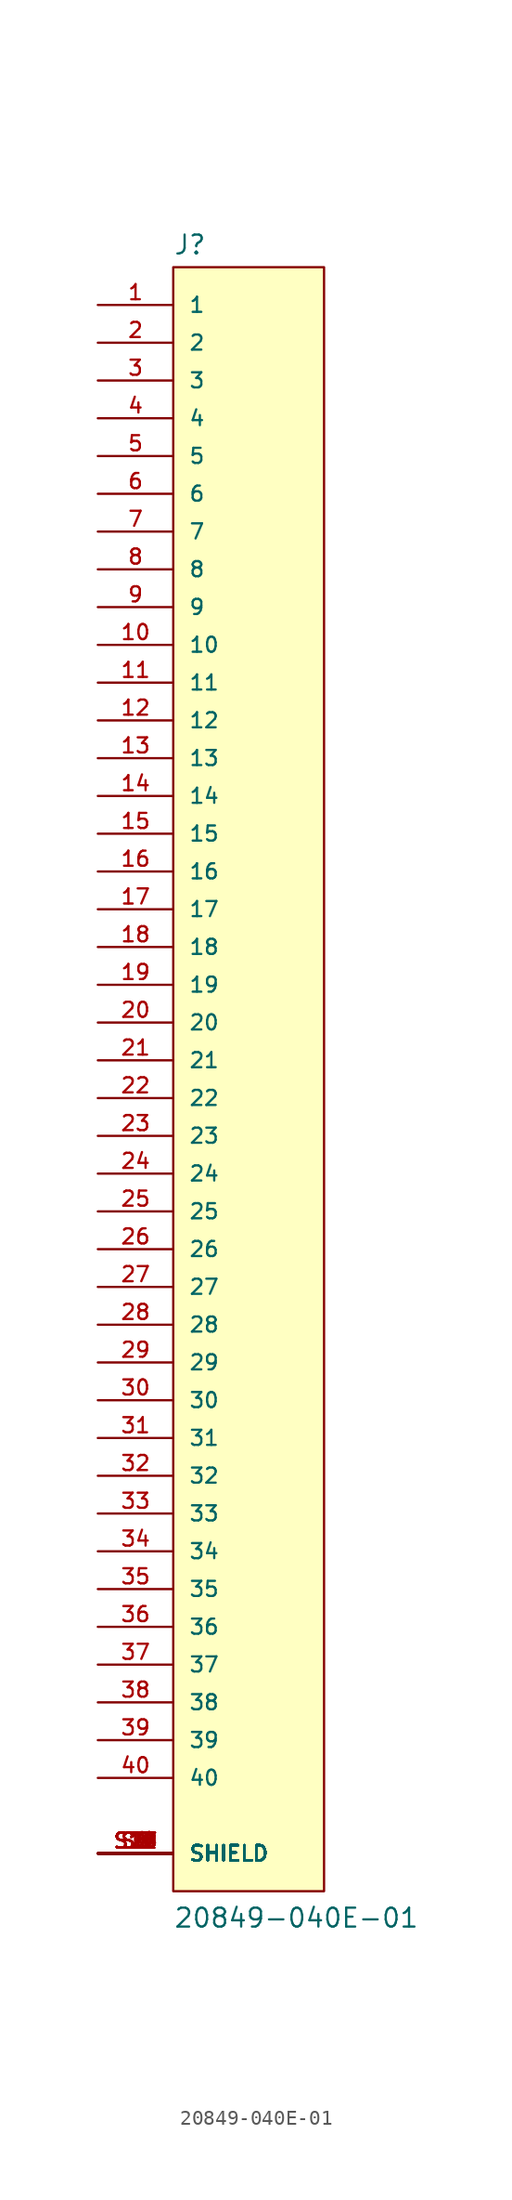
<source format=kicad_sym>
(kicad_symbol_lib
  (version 20211014)
  (generator kicad_symbol_editor)
  (symbol "20849-040E-01"
    (pin_names
      (offset 1.016))
    (property "Reference" "J"
      (at -5.08 54.102 0)
      (effects (font (size 1.27 1.27)) (justify left bottom)))
    (property "Value" "20849-040E-01"
      (at -5.08 -58.42 0)
      (effects (font (size 1.27 1.27)) (justify left bottom)))
    (property "ki_locked" ""
      (at 0 0 0)
      (effects (font (size 1.27 1.27))))
    (symbol "20849-040E-01_0_0"
      (rectangle (start -5.08 -55.88) (end 5.08 53.34) (stroke (width 0.152) (type default) (color 0 0 0 0)) (fill (type background)))
      (pin passive line (at -10.16 50.8 0) (length 5.08) (name "1" (effects (font (size 1.016 1.016)))) (number "1" (effects (font (size 1.016 1.016)))))
      (pin passive line (at -10.16 27.94 0) (length 5.08) (name "10" (effects (font (size 1.016 1.016)))) (number "10" (effects (font (size 1.016 1.016)))))
      (pin passive line (at -10.16 25.4 0) (length 5.08) (name "11" (effects (font (size 1.016 1.016)))) (number "11" (effects (font (size 1.016 1.016)))))
      (pin passive line (at -10.16 22.86 0) (length 5.08) (name "12" (effects (font (size 1.016 1.016)))) (number "12" (effects (font (size 1.016 1.016)))))
      (pin passive line (at -10.16 20.32 0) (length 5.08) (name "13" (effects (font (size 1.016 1.016)))) (number "13" (effects (font (size 1.016 1.016)))))
      (pin passive line (at -10.16 17.78 0) (length 5.08) (name "14" (effects (font (size 1.016 1.016)))) (number "14" (effects (font (size 1.016 1.016)))))
      (pin passive line (at -10.16 15.24 0) (length 5.08) (name "15" (effects (font (size 1.016 1.016)))) (number "15" (effects (font (size 1.016 1.016)))))
      (pin passive line (at -10.16 12.7 0) (length 5.08) (name "16" (effects (font (size 1.016 1.016)))) (number "16" (effects (font (size 1.016 1.016)))))
      (pin passive line (at -10.16 10.16 0) (length 5.08) (name "17" (effects (font (size 1.016 1.016)))) (number "17" (effects (font (size 1.016 1.016)))))
      (pin passive line (at -10.16 7.62 0) (length 5.08) (name "18" (effects (font (size 1.016 1.016)))) (number "18" (effects (font (size 1.016 1.016)))))
      (pin passive line (at -10.16 5.08 0) (length 5.08) (name "19" (effects (font (size 1.016 1.016)))) (number "19" (effects (font (size 1.016 1.016)))))
      (pin passive line (at -10.16 48.26 0) (length 5.08) (name "2" (effects (font (size 1.016 1.016)))) (number "2" (effects (font (size 1.016 1.016)))))
      (pin passive line (at -10.16 2.54 0) (length 5.08) (name "20" (effects (font (size 1.016 1.016)))) (number "20" (effects (font (size 1.016 1.016)))))
      (pin passive line (at -10.16 0 0) (length 5.08) (name "21" (effects (font (size 1.016 1.016)))) (number "21" (effects (font (size 1.016 1.016)))))
      (pin passive line (at -10.16 -2.54 0) (length 5.08) (name "22" (effects (font (size 1.016 1.016)))) (number "22" (effects (font (size 1.016 1.016)))))
      (pin passive line (at -10.16 -5.08 0) (length 5.08) (name "23" (effects (font (size 1.016 1.016)))) (number "23" (effects (font (size 1.016 1.016)))))
      (pin passive line (at -10.16 -7.62 0) (length 5.08) (name "24" (effects (font (size 1.016 1.016)))) (number "24" (effects (font (size 1.016 1.016)))))
      (pin passive line (at -10.16 -10.16 0) (length 5.08) (name "25" (effects (font (size 1.016 1.016)))) (number "25" (effects (font (size 1.016 1.016)))))
      (pin passive line (at -10.16 -12.7 0) (length 5.08) (name "26" (effects (font (size 1.016 1.016)))) (number "26" (effects (font (size 1.016 1.016)))))
      (pin passive line (at -10.16 -15.24 0) (length 5.08) (name "27" (effects (font (size 1.016 1.016)))) (number "27" (effects (font (size 1.016 1.016)))))
      (pin passive line (at -10.16 -17.78 0) (length 5.08) (name "28" (effects (font (size 1.016 1.016)))) (number "28" (effects (font (size 1.016 1.016)))))
      (pin passive line (at -10.16 -20.32 0) (length 5.08) (name "29" (effects (font (size 1.016 1.016)))) (number "29" (effects (font (size 1.016 1.016)))))
      (pin passive line (at -10.16 45.72 0) (length 5.08) (name "3" (effects (font (size 1.016 1.016)))) (number "3" (effects (font (size 1.016 1.016)))))
      (pin passive line (at -10.16 -22.86 0) (length 5.08) (name "30" (effects (font (size 1.016 1.016)))) (number "30" (effects (font (size 1.016 1.016)))))
      (pin passive line (at -10.16 -25.4 0) (length 5.08) (name "31" (effects (font (size 1.016 1.016)))) (number "31" (effects (font (size 1.016 1.016)))))
      (pin passive line (at -10.16 -27.94 0) (length 5.08) (name "32" (effects (font (size 1.016 1.016)))) (number "32" (effects (font (size 1.016 1.016)))))
      (pin passive line (at -10.16 -30.48 0) (length 5.08) (name "33" (effects (font (size 1.016 1.016)))) (number "33" (effects (font (size 1.016 1.016)))))
      (pin passive line (at -10.16 -33.02 0) (length 5.08) (name "34" (effects (font (size 1.016 1.016)))) (number "34" (effects (font (size 1.016 1.016)))))
      (pin passive line (at -10.16 -35.56 0) (length 5.08) (name "35" (effects (font (size 1.016 1.016)))) (number "35" (effects (font (size 1.016 1.016)))))
      (pin passive line (at -10.16 -38.1 0) (length 5.08) (name "36" (effects (font (size 1.016 1.016)))) (number "36" (effects (font (size 1.016 1.016)))))
      (pin passive line (at -10.16 -40.64 0) (length 5.08) (name "37" (effects (font (size 1.016 1.016)))) (number "37" (effects (font (size 1.016 1.016)))))
      (pin passive line (at -10.16 -43.18 0) (length 5.08) (name "38" (effects (font (size 1.016 1.016)))) (number "38" (effects (font (size 1.016 1.016)))))
      (pin passive line (at -10.16 -45.72 0) (length 5.08) (name "39" (effects (font (size 1.016 1.016)))) (number "39" (effects (font (size 1.016 1.016)))))
      (pin passive line (at -10.16 43.18 0) (length 5.08) (name "4" (effects (font (size 1.016 1.016)))) (number "4" (effects (font (size 1.016 1.016)))))
      (pin passive line (at -10.16 -48.26 0) (length 5.08) (name "40" (effects (font (size 1.016 1.016)))) (number "40" (effects (font (size 1.016 1.016)))))
      (pin passive line (at -10.16 40.64 0) (length 5.08) (name "5" (effects (font (size 1.016 1.016)))) (number "5" (effects (font (size 1.016 1.016)))))
      (pin passive line (at -10.16 38.1 0) (length 5.08) (name "6" (effects (font (size 1.016 1.016)))) (number "6" (effects (font (size 1.016 1.016)))))
      (pin passive line (at -10.16 35.56 0) (length 5.08) (name "7" (effects (font (size 1.016 1.016)))) (number "7" (effects (font (size 1.016 1.016)))))
      (pin passive line (at -10.16 33.02 0) (length 5.08) (name "8" (effects (font (size 1.016 1.016)))) (number "8" (effects (font (size 1.016 1.016)))))
      (pin passive line (at -10.16 30.48 0) (length 5.08) (name "9" (effects (font (size 1.016 1.016)))) (number "9" (effects (font (size 1.016 1.016)))))
      (pin passive line (at -10.16 -53.34 0) (length 5.08) (name "SHIELD" (effects (font (size 1.016 1.016)))) (number "S1" (effects (font (size 1.016 1.016)))))
      (pin passive line (at -10.16 -53.34 0) (length 5.08) (name "SHIELD" (effects (font (size 1.016 1.016)))) (number "S10" (effects (font (size 1.016 1.016)))))
      (pin passive line (at -10.16 -53.34 0) (length 5.08) (name "SHIELD" (effects (font (size 1.016 1.016)))) (number "S11" (effects (font (size 1.016 1.016)))))
      (pin passive line (at -10.16 -53.34 0) (length 5.08) (name "SHIELD" (effects (font (size 1.016 1.016)))) (number "S12" (effects (font (size 1.016 1.016)))))
      (pin passive line (at -10.16 -53.34 0) (length 5.08) (name "SHIELD" (effects (font (size 1.016 1.016)))) (number "S13" (effects (font (size 1.016 1.016)))))
      (pin passive line (at -10.16 -53.34 0) (length 5.08) (name "SHIELD" (effects (font (size 1.016 1.016)))) (number "S14" (effects (font (size 1.016 1.016)))))
      (pin passive line (at -10.16 -53.34 0) (length 5.08) (name "SHIELD" (effects (font (size 1.016 1.016)))) (number "S15" (effects (font (size 1.016 1.016)))))
      (pin passive line (at -10.16 -53.34 0) (length 5.08) (name "SHIELD" (effects (font (size 1.016 1.016)))) (number "S16" (effects (font (size 1.016 1.016)))))
      (pin passive line (at -10.16 -53.34 0) (length 5.08) (name "SHIELD" (effects (font (size 1.016 1.016)))) (number "S17" (effects (font (size 1.016 1.016)))))
      (pin passive line (at -10.16 -53.34 0) (length 5.08) (name "SHIELD" (effects (font (size 1.016 1.016)))) (number "S18" (effects (font (size 1.016 1.016)))))
      (pin passive line (at -10.16 -53.34 0) (length 5.08) (name "SHIELD" (effects (font (size 1.016 1.016)))) (number "S19" (effects (font (size 1.016 1.016)))))
      (pin passive line (at -10.16 -53.34 0) (length 5.08) (name "SHIELD" (effects (font (size 1.016 1.016)))) (number "S2" (effects (font (size 1.016 1.016)))))
      (pin passive line (at -10.16 -53.34 0) (length 5.08) (name "SHIELD" (effects (font (size 1.016 1.016)))) (number "S20" (effects (font (size 1.016 1.016)))))
      (pin passive line (at -10.16 -53.34 0) (length 5.08) (name "SHIELD" (effects (font (size 1.016 1.016)))) (number "S21" (effects (font (size 1.016 1.016)))))
      (pin passive line (at -10.16 -53.34 0) (length 5.08) (name "SHIELD" (effects (font (size 1.016 1.016)))) (number "S22" (effects (font (size 1.016 1.016)))))
      (pin passive line (at -10.16 -53.34 0) (length 5.08) (name "SHIELD" (effects (font (size 1.016 1.016)))) (number "S23" (effects (font (size 1.016 1.016)))))
      (pin passive line (at -10.16 -53.34 0) (length 5.08) (name "SHIELD" (effects (font (size 1.016 1.016)))) (number "S24" (effects (font (size 1.016 1.016)))))
      (pin passive line (at -10.16 -53.34 0) (length 5.08) (name "SHIELD" (effects (font (size 1.016 1.016)))) (number "S25" (effects (font (size 1.016 1.016)))))
      (pin passive line (at -10.16 -53.34 0) (length 5.08) (name "SHIELD" (effects (font (size 1.016 1.016)))) (number "S26" (effects (font (size 1.016 1.016)))))
      (pin passive line (at -10.16 -53.34 0) (length 5.08) (name "SHIELD" (effects (font (size 1.016 1.016)))) (number "S27" (effects (font (size 1.016 1.016)))))
      (pin passive line (at -10.16 -53.34 0) (length 5.08) (name "SHIELD" (effects (font (size 1.016 1.016)))) (number "S28" (effects (font (size 1.016 1.016)))))
      (pin passive line (at -10.16 -53.34 0) (length 5.08) (name "SHIELD" (effects (font (size 1.016 1.016)))) (number "S3" (effects (font (size 1.016 1.016)))))
      (pin passive line (at -10.16 -53.34 0) (length 5.08) (name "SHIELD" (effects (font (size 1.016 1.016)))) (number "S4" (effects (font (size 1.016 1.016)))))
      (pin passive line (at -10.16 -53.34 0) (length 5.08) (name "SHIELD" (effects (font (size 1.016 1.016)))) (number "S5" (effects (font (size 1.016 1.016)))))
      (pin passive line (at -10.16 -53.34 0) (length 5.08) (name "SHIELD" (effects (font (size 1.016 1.016)))) (number "S6" (effects (font (size 1.016 1.016)))))
      (pin passive line (at -10.16 -53.34 0) (length 5.08) (name "SHIELD" (effects (font (size 1.016 1.016)))) (number "S7" (effects (font (size 1.016 1.016)))))
      (pin passive line (at -10.16 -53.34 0) (length 5.08) (name "SHIELD" (effects (font (size 1.016 1.016)))) (number "S8" (effects (font (size 1.016 1.016)))))
      (pin passive line (at -10.16 -53.34 0) (length 5.08) (name "SHIELD" (effects (font (size 1.016 1.016)))) (number "S9" (effects (font (size 1.016 1.016))))))))
</source>
